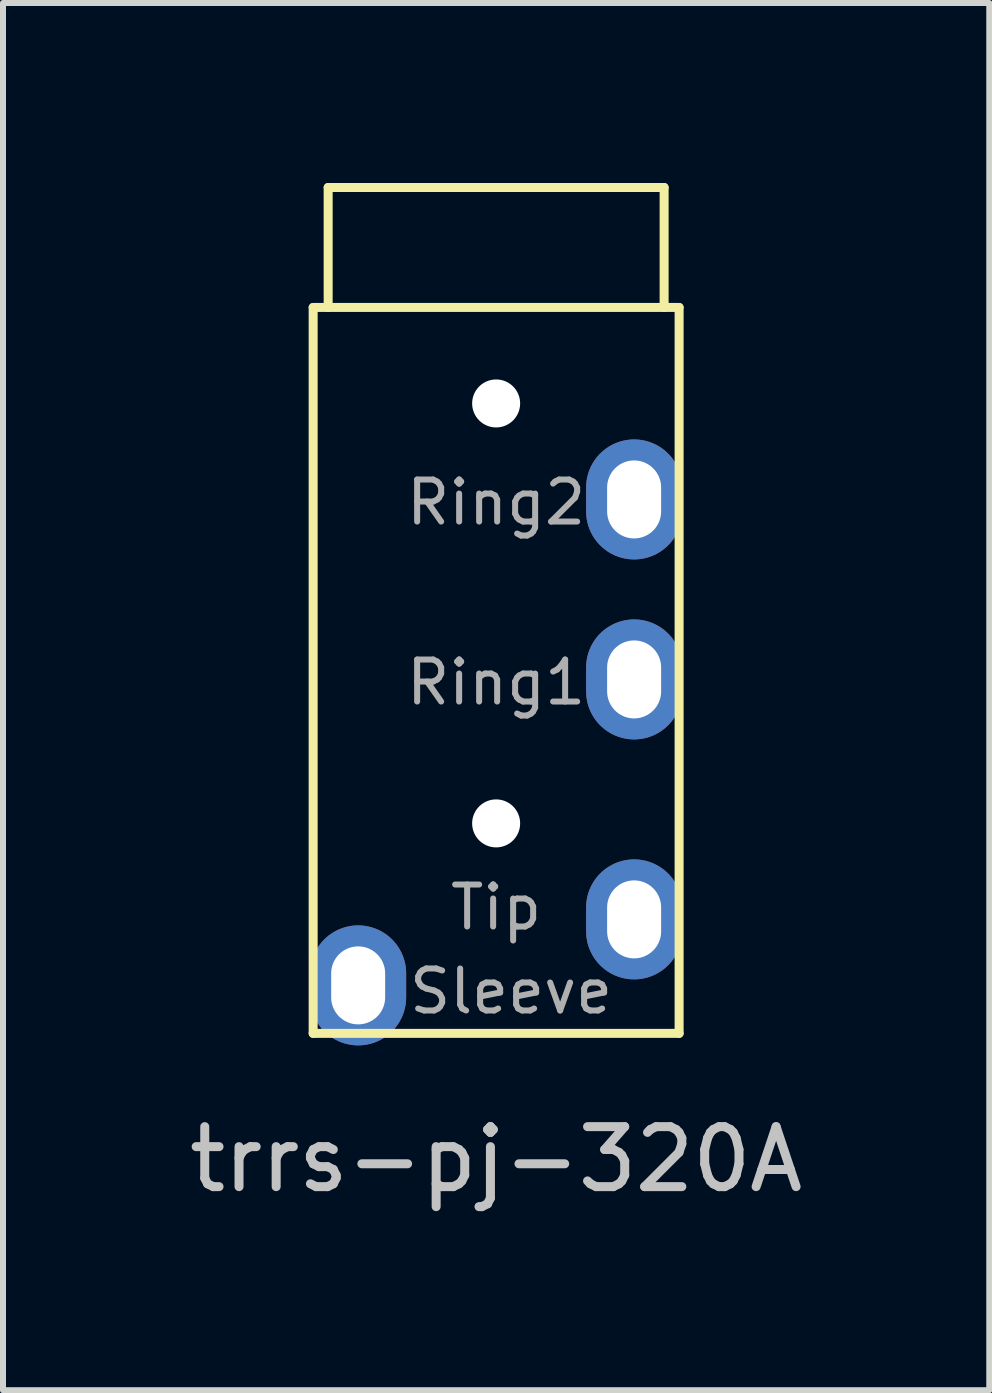
<source format=kicad_pcb>
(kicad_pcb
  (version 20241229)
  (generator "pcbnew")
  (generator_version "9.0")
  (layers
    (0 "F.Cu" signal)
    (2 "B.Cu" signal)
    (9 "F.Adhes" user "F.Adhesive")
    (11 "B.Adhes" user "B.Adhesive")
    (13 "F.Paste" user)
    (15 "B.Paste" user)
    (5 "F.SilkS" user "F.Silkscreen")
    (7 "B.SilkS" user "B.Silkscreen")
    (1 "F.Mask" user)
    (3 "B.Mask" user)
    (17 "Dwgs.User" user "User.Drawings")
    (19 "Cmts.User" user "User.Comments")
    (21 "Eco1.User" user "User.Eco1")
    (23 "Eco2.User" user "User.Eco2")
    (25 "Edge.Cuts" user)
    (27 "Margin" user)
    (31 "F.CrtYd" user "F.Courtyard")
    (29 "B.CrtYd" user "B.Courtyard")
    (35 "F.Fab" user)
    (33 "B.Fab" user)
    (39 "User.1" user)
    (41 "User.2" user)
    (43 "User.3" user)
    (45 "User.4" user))
  (footprint "trrs-pj-320A"
    (layer "F.Cu")
    (at 5.22 2.075)
    (property "Reference" "trrs-pj-320A" (at 0 14.2 0) (layer "Dwgs.User") (effects (font (size 1 1) (thickness 0.15))))
    (attr through_hole)
    (fp_line (start -3.05 0) (end -3.05 12.1) (stroke (width 0.15) (type solid)) (layer "F.SilkS"))
    (fp_line (start -2.8 0) (end -2.8 -2) (stroke (width 0.15) (type solid)) (layer "F.SilkS"))
    (fp_line (start 2.8 -2) (end -2.8 -2) (stroke (width 0.15) (type solid)) (layer "F.SilkS"))
    (fp_line (start 2.8 0) (end 2.8 -2) (stroke (width 0.15) (type solid)) (layer "F.SilkS"))
    (fp_line (start 3.05 0) (end -3.05 0) (stroke (width 0.15) (type solid)) (layer "F.SilkS"))
    (fp_line (start 3.05 0) (end 3.05 12.1) (stroke (width 0.15) (type solid)) (layer "F.SilkS"))
    (fp_line (start 3.05 12.1) (end -3.05 12.1) (stroke (width 0.15) (type solid)) (layer "F.SilkS"))
    (fp_text user "Ring1" (at 0 6.25 0) (layer "F.Fab") (effects (font (size 0.7 0.7) (thickness 0.1))))
    (fp_text user "Ring2" (at 0 3.25 0) (layer "F.Fab") (effects (font (size 0.7 0.7) (thickness 0.1))))
    (fp_text user "Sleeve" (at 0.25 11.4 0) (layer "F.Fab") (effects (font (size 0.7 0.7) (thickness 0.1))))
    (fp_text user "Tip" (at 0 10 0) (layer "F.Fab") (effects (font (size 0.7 0.7) (thickness 0.1))))
    (pad "" np_thru_hole circle (at 0 1.6) (size 0.8 0.8) (drill 0.8) (layers "*.Cu" "*.Mask"))
    (pad "" np_thru_hole circle (at 0 8.6) (size 0.8 0.8) (drill 0.8) (layers "*.Cu" "*.Mask"))
    (pad "1" thru_hole oval (at -2.3 11.3) (size 1.6 2) (drill oval 0.9 1.3) (layers "*.Cu" "*.Mask"))
    (pad "2" thru_hole oval (at 2.3 10.2) (size 1.6 2) (drill oval 0.9 1.3) (layers "*.Cu" "*.Mask"))
    (pad "3" thru_hole oval (at 2.3 6.2) (size 1.6 2) (drill oval 0.9 1.3) (layers "*.Cu" "*.Mask"))
    (pad "4" thru_hole oval (at 2.3 3.2) (size 1.6 2) (drill oval 0.9 1.3) (layers "*.Cu" "*.Mask")))
  (gr_rect
    (start -3 -3)
    (end 13.44 20.123)
    (stroke (width 0.1) (type default))
    (fill no)
    (layer "Edge.Cuts")))
</source>
